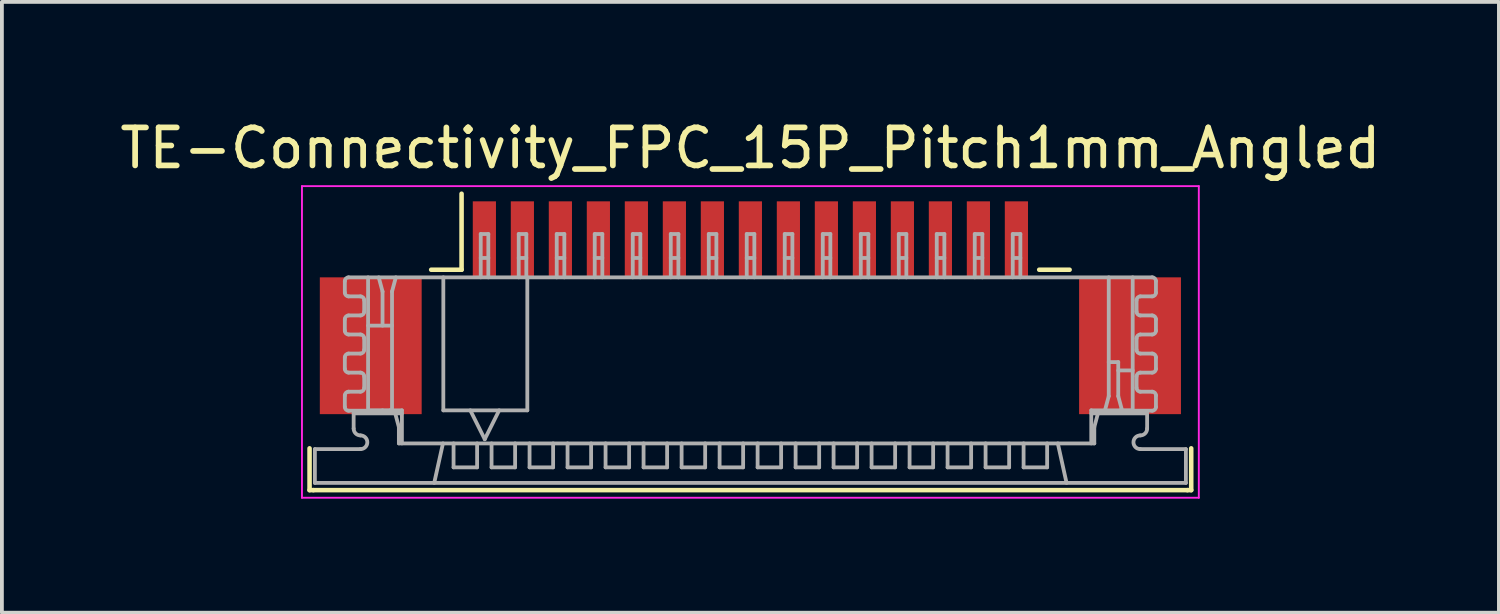
<source format=kicad_pcb>
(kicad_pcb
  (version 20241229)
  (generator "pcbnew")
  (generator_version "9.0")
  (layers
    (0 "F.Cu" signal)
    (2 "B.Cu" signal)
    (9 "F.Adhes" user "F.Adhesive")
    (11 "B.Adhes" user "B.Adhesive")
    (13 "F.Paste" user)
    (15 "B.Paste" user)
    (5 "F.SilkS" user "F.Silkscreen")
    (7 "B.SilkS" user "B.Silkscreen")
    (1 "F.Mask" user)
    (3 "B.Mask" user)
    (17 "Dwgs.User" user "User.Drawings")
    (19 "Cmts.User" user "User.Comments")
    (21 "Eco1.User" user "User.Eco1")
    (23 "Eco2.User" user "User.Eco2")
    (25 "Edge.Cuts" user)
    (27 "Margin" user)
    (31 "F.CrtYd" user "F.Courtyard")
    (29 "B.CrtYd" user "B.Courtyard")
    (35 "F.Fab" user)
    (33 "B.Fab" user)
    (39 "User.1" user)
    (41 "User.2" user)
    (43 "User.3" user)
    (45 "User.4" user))
  (footprint "TE-Connectivity_FPC_15P_Pitch1mm_Angled"
    (layer "F.Cu")
    (at 16.696 5.948)
    (property "Reference" "TE-Connectivity_FPC_15P_Pitch1mm_Angled" (at 0 -5.1 0) (layer "F.SilkS") (effects (font (size 1 1) (thickness 0.15))))
    (attr through_hole)
    (fp_line (start -11.6 3.9) (end -11.6 2.8) (stroke (width 0.12) (type solid)) (layer "F.SilkS"))
    (fp_line (start -11.5 3.9) (end -11.6 3.9) (stroke (width 0.12) (type solid)) (layer "F.SilkS"))
    (fp_line (start -8.4 -1.9) (end -7.6 -1.9) (stroke (width 0.12) (type solid)) (layer "F.SilkS"))
    (fp_line (start -7.6 -1.9) (end -7.6 -3.9) (stroke (width 0.12) (type solid)) (layer "F.SilkS"))
    (fp_line (start 8.4 -1.9) (end 7.6 -1.9) (stroke (width 0.12) (type solid)) (layer "F.SilkS"))
    (fp_line (start 11.5 3.9) (end -11.5 3.9) (stroke (width 0.12) (type solid)) (layer "F.SilkS"))
    (fp_line (start 11.5 3.9) (end 11.6 3.9) (stroke (width 0.12) (type solid)) (layer "F.SilkS"))
    (fp_line (start 11.6 3.9) (end 11.6 2.8) (stroke (width 0.12) (type solid)) (layer "F.SilkS"))
    (fp_line (start -11.8 -4.1) (end -11.8 4.1) (stroke (width 0.05) (type solid)) (layer "F.CrtYd"))
    (fp_line (start -11.8 4.1) (end 11.8 4.1) (stroke (width 0.05) (type solid)) (layer "F.CrtYd"))
    (fp_line (start 11.8 -4.1) (end -11.8 -4.1) (stroke (width 0.05) (type solid)) (layer "F.CrtYd"))
    (fp_line (start 11.8 4.1) (end 11.8 -4.1) (stroke (width 0.05) (type solid)) (layer "F.CrtYd"))
    (fp_line (start -11.46 3.71) (end -11.46 2.82) (stroke (width 0.1) (type solid)) (layer "F.Fab"))
    (fp_line (start -10.672 -1.6) (end -10.672 -1.299) (stroke (width 0.1) (type solid)) (layer "F.Fab"))
    (fp_line (start -10.672 -0.597) (end -10.672 -0.296) (stroke (width 0.1) (type solid)) (layer "F.Fab"))
    (fp_line (start -10.672 0.406) (end -10.672 0.707) (stroke (width 0.1) (type solid)) (layer "F.Fab"))
    (fp_line (start -10.672 1.409) (end -10.672 1.71) (stroke (width 0.1) (type solid)) (layer "F.Fab"))
    (fp_line (start -10.572 -1.7) (end 10.572 -1.7) (stroke (width 0.1) (type solid)) (layer "F.Fab"))
    (fp_line (start -10.572 -1.199) (end -10.262 -1.199) (stroke (width 0.1) (type solid)) (layer "F.Fab"))
    (fp_line (start -10.572 -0.196) (end -10.262 -0.196) (stroke (width 0.1) (type solid)) (layer "F.Fab"))
    (fp_line (start -10.572 0.807) (end -10.262 0.807) (stroke (width 0.1) (type solid)) (layer "F.Fab"))
    (fp_line (start -10.572 1.81) (end -9.482 1.81) (stroke (width 0.1) (type solid)) (layer "F.Fab"))
    (fp_line (start -10.44 1.88) (end -9.17 1.88) (stroke (width 0.1) (type solid)) (layer "F.Fab"))
    (fp_line (start -10.44 2.28) (end -10.44 1.88) (stroke (width 0.1) (type solid)) (layer "F.Fab"))
    (fp_line (start -10.262 -0.697) (end -10.572 -0.697) (stroke (width 0.1) (type solid)) (layer "F.Fab"))
    (fp_line (start -10.262 0.306) (end -10.572 0.306) (stroke (width 0.1) (type solid)) (layer "F.Fab"))
    (fp_line (start -10.262 1.309) (end -10.572 1.309) (stroke (width 0.1) (type solid)) (layer "F.Fab"))
    (fp_line (start -10.26 2.82) (end -11.46 2.82) (stroke (width 0.1) (type solid)) (layer "F.Fab"))
    (fp_line (start -10.162 -1.099) (end -10.162 -0.797) (stroke (width 0.1) (type solid)) (layer "F.Fab"))
    (fp_line (start -10.162 -0.096) (end -10.162 0.206) (stroke (width 0.1) (type solid)) (layer "F.Fab"))
    (fp_line (start -10.162 0.907) (end -10.162 1.209) (stroke (width 0.1) (type solid)) (layer "F.Fab"))
    (fp_line (start -10.06 -0.43) (end -9.43 -0.43) (stroke (width 0.1) (type solid)) (layer "F.Fab"))
    (fp_line (start -10.06 1.8) (end -10.06 -1.7) (stroke (width 0.1) (type solid)) (layer "F.Fab"))
    (fp_line (start -9.68 -1.327) (end -9.78 -1.7) (stroke (width 0.1) (type solid)) (layer "F.Fab"))
    (fp_line (start -9.68 -1.327) (end -9.68 -0.43) (stroke (width 0.1) (type solid)) (layer "F.Fab"))
    (fp_line (start -9.68 1.81) (end -9.68 1.8) (stroke (width 0.1) (type solid)) (layer "F.Fab"))
    (fp_line (start -9.482 1.8) (end -9.482 1.81) (stroke (width 0.1) (type solid)) (layer "F.Fab"))
    (fp_line (start -9.43 -1.327) (end -9.43 1.8) (stroke (width 0.1) (type solid)) (layer "F.Fab"))
    (fp_line (start -9.33 -1.7) (end -9.43 -1.327) (stroke (width 0.1) (type solid)) (layer "F.Fab"))
    (fp_line (start -9.25 2.24) (end -9.346 1.88) (stroke (width 0.1) (type solid)) (layer "F.Fab"))
    (fp_line (start -9.25 2.67) (end -9.25 2.24) (stroke (width 0.1) (type solid)) (layer "F.Fab"))
    (fp_line (start -9.25 2.67) (end 9.05 2.67) (stroke (width 0.1) (type solid)) (layer "F.Fab"))
    (fp_line (start -9.17 1.8) (end -10.06 1.8) (stroke (width 0.1) (type solid)) (layer "F.Fab"))
    (fp_line (start -9.17 1.8) (end -9.17 2.67) (stroke (width 0.1) (type solid)) (layer "F.Fab"))
    (fp_line (start -8.32 3.71) (end -8.09 2.67) (stroke (width 0.1) (type solid)) (layer "F.Fab"))
    (fp_line (start -8.08 1.8) (end -8.08 -1.7) (stroke (width 0.1) (type solid)) (layer "F.Fab"))
    (fp_line (start -8.08 1.8) (end -5.87 1.8) (stroke (width 0.1) (type solid)) (layer "F.Fab"))
    (fp_line (start -7.811 3.3) (end -7.811 2.67) (stroke (width 0.1) (type solid)) (layer "F.Fab"))
    (fp_line (start -7.191 2.67) (end -7.191 3.3) (stroke (width 0.1) (type solid)) (layer "F.Fab"))
    (fp_line (start -7.191 3.3) (end -7.811 3.3) (stroke (width 0.1) (type solid)) (layer "F.Fab"))
    (fp_line (start -7.096 -2.84) (end -7.096 -1.7) (stroke (width 0.1) (type solid)) (layer "F.Fab"))
    (fp_line (start -6.99 2.56) (end -7.37 1.8) (stroke (width 0.1) (type solid)) (layer "F.Fab"))
    (fp_line (start -6.896 -2.84) (end -7.096 -2.84) (stroke (width 0.1) (type solid)) (layer "F.Fab"))
    (fp_line (start -6.896 -2.21) (end -7.096 -2.21) (stroke (width 0.1) (type solid)) (layer "F.Fab"))
    (fp_line (start -6.896 -1.7) (end -6.896 -2.84) (stroke (width 0.1) (type solid)) (layer "F.Fab"))
    (fp_line (start -6.811 3.3) (end -6.811 2.67) (stroke (width 0.1) (type solid)) (layer "F.Fab"))
    (fp_line (start -6.611 1.8) (end -6.99 2.56) (stroke (width 0.1) (type solid)) (layer "F.Fab"))
    (fp_line (start -6.191 2.67) (end -6.191 3.3) (stroke (width 0.1) (type solid)) (layer "F.Fab"))
    (fp_line (start -6.191 3.3) (end -6.811 3.3) (stroke (width 0.1) (type solid)) (layer "F.Fab"))
    (fp_line (start -6.096 -2.84) (end -6.096 -1.7) (stroke (width 0.1) (type solid)) (layer "F.Fab"))
    (fp_line (start -5.896 -2.84) (end -6.096 -2.84) (stroke (width 0.1) (type solid)) (layer "F.Fab"))
    (fp_line (start -5.896 -2.21) (end -6.096 -2.21) (stroke (width 0.1) (type solid)) (layer "F.Fab"))
    (fp_line (start -5.896 -1.7) (end -5.896 -2.84) (stroke (width 0.1) (type solid)) (layer "F.Fab"))
    (fp_line (start -5.87 -1.7) (end -5.87 1.8) (stroke (width 0.1) (type solid)) (layer "F.Fab"))
    (fp_line (start -5.811 3.3) (end -5.811 2.67) (stroke (width 0.1) (type solid)) (layer "F.Fab"))
    (fp_line (start -5.191 2.67) (end -5.191 3.3) (stroke (width 0.1) (type solid)) (layer "F.Fab"))
    (fp_line (start -5.191 3.3) (end -5.811 3.3) (stroke (width 0.1) (type solid)) (layer "F.Fab"))
    (fp_line (start -5.096 -2.84) (end -5.096 -1.7) (stroke (width 0.1) (type solid)) (layer "F.Fab"))
    (fp_line (start -4.896 -2.84) (end -5.096 -2.84) (stroke (width 0.1) (type solid)) (layer "F.Fab"))
    (fp_line (start -4.896 -2.21) (end -5.096 -2.21) (stroke (width 0.1) (type solid)) (layer "F.Fab"))
    (fp_line (start -4.896 -1.7) (end -4.896 -2.84) (stroke (width 0.1) (type solid)) (layer "F.Fab"))
    (fp_line (start -4.811 3.3) (end -4.811 2.67) (stroke (width 0.1) (type solid)) (layer "F.Fab"))
    (fp_line (start -4.191 2.67) (end -4.191 3.3) (stroke (width 0.1) (type solid)) (layer "F.Fab"))
    (fp_line (start -4.191 3.3) (end -4.811 3.3) (stroke (width 0.1) (type solid)) (layer "F.Fab"))
    (fp_line (start -4.096 -2.84) (end -4.096 -1.7) (stroke (width 0.1) (type solid)) (layer "F.Fab"))
    (fp_line (start -3.896 -2.84) (end -4.096 -2.84) (stroke (width 0.1) (type solid)) (layer "F.Fab"))
    (fp_line (start -3.896 -2.21) (end -4.096 -2.21) (stroke (width 0.1) (type solid)) (layer "F.Fab"))
    (fp_line (start -3.896 -1.7) (end -3.896 -2.84) (stroke (width 0.1) (type solid)) (layer "F.Fab"))
    (fp_line (start -3.811 3.3) (end -3.811 2.67) (stroke (width 0.1) (type solid)) (layer "F.Fab"))
    (fp_line (start -3.191 2.67) (end -3.191 3.3) (stroke (width 0.1) (type solid)) (layer "F.Fab"))
    (fp_line (start -3.191 3.3) (end -3.811 3.3) (stroke (width 0.1) (type solid)) (layer "F.Fab"))
    (fp_line (start -3.095 -2.84) (end -3.095 -1.7) (stroke (width 0.1) (type solid)) (layer "F.Fab"))
    (fp_line (start -2.896 -2.84) (end -3.095 -2.84) (stroke (width 0.1) (type solid)) (layer "F.Fab"))
    (fp_line (start -2.896 -2.21) (end -3.095 -2.21) (stroke (width 0.1) (type solid)) (layer "F.Fab"))
    (fp_line (start -2.896 -1.7) (end -2.896 -2.84) (stroke (width 0.1) (type solid)) (layer "F.Fab"))
    (fp_line (start -2.811 3.3) (end -2.811 2.67) (stroke (width 0.1) (type solid)) (layer "F.Fab"))
    (fp_line (start -2.191 2.67) (end -2.191 3.3) (stroke (width 0.1) (type solid)) (layer "F.Fab"))
    (fp_line (start -2.191 3.3) (end -2.811 3.3) (stroke (width 0.1) (type solid)) (layer "F.Fab"))
    (fp_line (start -2.095 -2.84) (end -2.095 -1.7) (stroke (width 0.1) (type solid)) (layer "F.Fab"))
    (fp_line (start -1.895 -2.84) (end -2.095 -2.84) (stroke (width 0.1) (type solid)) (layer "F.Fab"))
    (fp_line (start -1.895 -2.21) (end -2.095 -2.21) (stroke (width 0.1) (type solid)) (layer "F.Fab"))
    (fp_line (start -1.895 -1.7) (end -1.895 -2.84) (stroke (width 0.1) (type solid)) (layer "F.Fab"))
    (fp_line (start -1.81 3.3) (end -1.81 2.67) (stroke (width 0.1) (type solid)) (layer "F.Fab"))
    (fp_line (start -1.19 2.67) (end -1.19 3.3) (stroke (width 0.1) (type solid)) (layer "F.Fab"))
    (fp_line (start -1.19 3.3) (end -1.81 3.3) (stroke (width 0.1) (type solid)) (layer "F.Fab"))
    (fp_line (start -1.095 -2.84) (end -1.095 -1.7) (stroke (width 0.1) (type solid)) (layer "F.Fab"))
    (fp_line (start -0.895 -2.84) (end -1.095 -2.84) (stroke (width 0.1) (type solid)) (layer "F.Fab"))
    (fp_line (start -0.895 -2.21) (end -1.095 -2.21) (stroke (width 0.1) (type solid)) (layer "F.Fab"))
    (fp_line (start -0.895 -1.7) (end -0.895 -2.84) (stroke (width 0.1) (type solid)) (layer "F.Fab"))
    (fp_line (start -0.81 3.3) (end -0.81 2.67) (stroke (width 0.1) (type solid)) (layer "F.Fab"))
    (fp_line (start -0.191 2.67) (end -0.191 3.3) (stroke (width 0.1) (type solid)) (layer "F.Fab"))
    (fp_line (start -0.191 3.3) (end -0.81 3.3) (stroke (width 0.1) (type solid)) (layer "F.Fab"))
    (fp_line (start -0.096 -2.84) (end -0.096 -1.7) (stroke (width 0.1) (type solid)) (layer "F.Fab"))
    (fp_line (start 0.104 -2.84) (end -0.096 -2.84) (stroke (width 0.1) (type solid)) (layer "F.Fab"))
    (fp_line (start 0.104 -2.21) (end -0.096 -2.21) (stroke (width 0.1) (type solid)) (layer "F.Fab"))
    (fp_line (start 0.104 -1.7) (end 0.104 -2.84) (stroke (width 0.1) (type solid)) (layer "F.Fab"))
    (fp_line (start 0.19 3.3) (end 0.19 2.67) (stroke (width 0.1) (type solid)) (layer "F.Fab"))
    (fp_line (start 0.809 2.67) (end 0.809 3.3) (stroke (width 0.1) (type solid)) (layer "F.Fab"))
    (fp_line (start 0.809 3.3) (end 0.19 3.3) (stroke (width 0.1) (type solid)) (layer "F.Fab"))
    (fp_line (start 0.904 -2.84) (end 0.904 -1.7) (stroke (width 0.1) (type solid)) (layer "F.Fab"))
    (fp_line (start 1.105 -2.84) (end 0.904 -2.84) (stroke (width 0.1) (type solid)) (layer "F.Fab"))
    (fp_line (start 1.105 -2.21) (end 0.904 -2.21) (stroke (width 0.1) (type solid)) (layer "F.Fab"))
    (fp_line (start 1.105 -1.7) (end 1.105 -2.84) (stroke (width 0.1) (type solid)) (layer "F.Fab"))
    (fp_line (start 1.19 3.3) (end 1.19 2.67) (stroke (width 0.1) (type solid)) (layer "F.Fab"))
    (fp_line (start 1.81 2.67) (end 1.81 3.3) (stroke (width 0.1) (type solid)) (layer "F.Fab"))
    (fp_line (start 1.81 3.3) (end 1.19 3.3) (stroke (width 0.1) (type solid)) (layer "F.Fab"))
    (fp_line (start 1.905 -2.84) (end 1.905 -1.7) (stroke (width 0.1) (type solid)) (layer "F.Fab"))
    (fp_line (start 2.104 -2.84) (end 1.905 -2.84) (stroke (width 0.1) (type solid)) (layer "F.Fab"))
    (fp_line (start 2.104 -2.21) (end 1.905 -2.21) (stroke (width 0.1) (type solid)) (layer "F.Fab"))
    (fp_line (start 2.104 -1.7) (end 2.104 -2.84) (stroke (width 0.1) (type solid)) (layer "F.Fab"))
    (fp_line (start 2.189 3.3) (end 2.189 2.67) (stroke (width 0.1) (type solid)) (layer "F.Fab"))
    (fp_line (start 2.809 2.67) (end 2.809 3.3) (stroke (width 0.1) (type solid)) (layer "F.Fab"))
    (fp_line (start 2.809 3.3) (end 2.189 3.3) (stroke (width 0.1) (type solid)) (layer "F.Fab"))
    (fp_line (start 2.905 -2.84) (end 2.905 -1.7) (stroke (width 0.1) (type solid)) (layer "F.Fab"))
    (fp_line (start 3.104 -2.84) (end 2.905 -2.84) (stroke (width 0.1) (type solid)) (layer "F.Fab"))
    (fp_line (start 3.104 -2.21) (end 2.905 -2.21) (stroke (width 0.1) (type solid)) (layer "F.Fab"))
    (fp_line (start 3.104 -1.7) (end 3.104 -2.84) (stroke (width 0.1) (type solid)) (layer "F.Fab"))
    (fp_line (start 3.189 3.3) (end 3.189 2.67) (stroke (width 0.1) (type solid)) (layer "F.Fab"))
    (fp_line (start 3.809 2.67) (end 3.809 3.3) (stroke (width 0.1) (type solid)) (layer "F.Fab"))
    (fp_line (start 3.809 3.3) (end 3.189 3.3) (stroke (width 0.1) (type solid)) (layer "F.Fab"))
    (fp_line (start 3.905 -2.84) (end 3.905 -1.7) (stroke (width 0.1) (type solid)) (layer "F.Fab"))
    (fp_line (start 4.104 -2.84) (end 3.905 -2.84) (stroke (width 0.1) (type solid)) (layer "F.Fab"))
    (fp_line (start 4.104 -2.21) (end 3.905 -2.21) (stroke (width 0.1) (type solid)) (layer "F.Fab"))
    (fp_line (start 4.104 -1.7) (end 4.104 -2.84) (stroke (width 0.1) (type solid)) (layer "F.Fab"))
    (fp_line (start 4.189 3.3) (end 4.189 2.67) (stroke (width 0.1) (type solid)) (layer "F.Fab"))
    (fp_line (start 4.809 2.67) (end 4.809 3.3) (stroke (width 0.1) (type solid)) (layer "F.Fab"))
    (fp_line (start 4.809 3.3) (end 4.189 3.3) (stroke (width 0.1) (type solid)) (layer "F.Fab"))
    (fp_line (start 4.904 -2.84) (end 4.904 -1.7) (stroke (width 0.1) (type solid)) (layer "F.Fab"))
    (fp_line (start 5.104 -2.84) (end 4.904 -2.84) (stroke (width 0.1) (type solid)) (layer "F.Fab"))
    (fp_line (start 5.104 -2.21) (end 4.904 -2.21) (stroke (width 0.1) (type solid)) (layer "F.Fab"))
    (fp_line (start 5.104 -1.7) (end 5.104 -2.84) (stroke (width 0.1) (type solid)) (layer "F.Fab"))
    (fp_line (start 5.189 3.3) (end 5.189 2.67) (stroke (width 0.1) (type solid)) (layer "F.Fab"))
    (fp_line (start 5.809 2.67) (end 5.809 3.3) (stroke (width 0.1) (type solid)) (layer "F.Fab"))
    (fp_line (start 5.809 3.3) (end 5.189 3.3) (stroke (width 0.1) (type solid)) (layer "F.Fab"))
    (fp_line (start 5.904 -2.84) (end 5.904 -1.7) (stroke (width 0.1) (type solid)) (layer "F.Fab"))
    (fp_line (start 6.104 -2.84) (end 5.904 -2.84) (stroke (width 0.1) (type solid)) (layer "F.Fab"))
    (fp_line (start 6.104 -2.21) (end 5.904 -2.21) (stroke (width 0.1) (type solid)) (layer "F.Fab"))
    (fp_line (start 6.104 -1.7) (end 6.104 -2.84) (stroke (width 0.1) (type solid)) (layer "F.Fab"))
    (fp_line (start 6.189 3.3) (end 6.189 2.67) (stroke (width 0.1) (type solid)) (layer "F.Fab"))
    (fp_line (start 6.809 2.67) (end 6.809 3.3) (stroke (width 0.1) (type solid)) (layer "F.Fab"))
    (fp_line (start 6.809 3.3) (end 6.189 3.3) (stroke (width 0.1) (type solid)) (layer "F.Fab"))
    (fp_line (start 6.904 -2.84) (end 6.904 -1.7) (stroke (width 0.1) (type solid)) (layer "F.Fab"))
    (fp_line (start 7.104 -2.84) (end 6.904 -2.84) (stroke (width 0.1) (type solid)) (layer "F.Fab"))
    (fp_line (start 7.104 -2.21) (end 6.904 -2.21) (stroke (width 0.1) (type solid)) (layer "F.Fab"))
    (fp_line (start 7.104 -1.7) (end 7.104 -2.84) (stroke (width 0.1) (type solid)) (layer "F.Fab"))
    (fp_line (start 7.189 3.3) (end 7.189 2.67) (stroke (width 0.1) (type solid)) (layer "F.Fab"))
    (fp_line (start 7.809 2.67) (end 7.809 3.3) (stroke (width 0.1) (type solid)) (layer "F.Fab"))
    (fp_line (start 7.809 3.3) (end 7.189 3.3) (stroke (width 0.1) (type solid)) (layer "F.Fab"))
    (fp_line (start 8.09 2.67) (end 8.32 3.71) (stroke (width 0.1) (type solid)) (layer "F.Fab"))
    (fp_line (start 8.97 1.88) (end 10.44 1.88) (stroke (width 0.1) (type solid)) (layer "F.Fab"))
    (fp_line (start 8.97 2.67) (end 8.97 1.8) (stroke (width 0.1) (type solid)) (layer "F.Fab"))
    (fp_line (start 9.05 2.24) (end 9.05 2.67) (stroke (width 0.1) (type solid)) (layer "F.Fab"))
    (fp_line (start 9.146 1.88) (end 9.05 2.24) (stroke (width 0.1) (type solid)) (layer "F.Fab"))
    (fp_line (start 9.33 1.8) (end 9.43 1.427) (stroke (width 0.1) (type solid)) (layer "F.Fab"))
    (fp_line (start 9.43 0.53) (end 9.68 0.53) (stroke (width 0.1) (type solid)) (layer "F.Fab"))
    (fp_line (start 9.43 1.427) (end 9.43 -1.7) (stroke (width 0.1) (type solid)) (layer "F.Fab"))
    (fp_line (start 9.68 0.53) (end 9.68 1.427) (stroke (width 0.1) (type solid)) (layer "F.Fab"))
    (fp_line (start 9.68 0.75) (end 10.06 0.75) (stroke (width 0.1) (type solid)) (layer "F.Fab"))
    (fp_line (start 9.729 1.8) (end 9.732 1.81) (stroke (width 0.1) (type solid)) (layer "F.Fab"))
    (fp_line (start 9.732 1.81) (end 10.572 1.81) (stroke (width 0.1) (type solid)) (layer "F.Fab"))
    (fp_line (start 9.78 1.8) (end 9.68 1.427) (stroke (width 0.1) (type solid)) (layer "F.Fab"))
    (fp_line (start 10.06 -1.7) (end 10.06 1.8) (stroke (width 0.1) (type solid)) (layer "F.Fab"))
    (fp_line (start 10.06 1.8) (end 8.97 1.8) (stroke (width 0.1) (type solid)) (layer "F.Fab"))
    (fp_line (start 10.162 -0.797) (end 10.162 -1.099) (stroke (width 0.1) (type solid)) (layer "F.Fab"))
    (fp_line (start 10.162 0.206) (end 10.162 -0.096) (stroke (width 0.1) (type solid)) (layer "F.Fab"))
    (fp_line (start 10.162 1.209) (end 10.162 0.907) (stroke (width 0.1) (type solid)) (layer "F.Fab"))
    (fp_line (start 10.26 2.82) (end 11.46 2.82) (stroke (width 0.1) (type solid)) (layer "F.Fab"))
    (fp_line (start 10.262 -1.199) (end 10.572 -1.199) (stroke (width 0.1) (type solid)) (layer "F.Fab"))
    (fp_line (start 10.262 -0.196) (end 10.572 -0.196) (stroke (width 0.1) (type solid)) (layer "F.Fab"))
    (fp_line (start 10.262 0.807) (end 10.572 0.807) (stroke (width 0.1) (type solid)) (layer "F.Fab"))
    (fp_line (start 10.44 1.88) (end 10.44 2.28) (stroke (width 0.1) (type solid)) (layer "F.Fab"))
    (fp_line (start 10.572 -0.697) (end 10.262 -0.697) (stroke (width 0.1) (type solid)) (layer "F.Fab"))
    (fp_line (start 10.572 0.306) (end 10.262 0.306) (stroke (width 0.1) (type solid)) (layer "F.Fab"))
    (fp_line (start 10.572 1.309) (end 10.262 1.309) (stroke (width 0.1) (type solid)) (layer "F.Fab"))
    (fp_line (start 10.672 -1.299) (end 10.672 -1.6) (stroke (width 0.1) (type solid)) (layer "F.Fab"))
    (fp_line (start 10.672 -0.296) (end 10.672 -0.597) (stroke (width 0.1) (type solid)) (layer "F.Fab"))
    (fp_line (start 10.672 0.707) (end 10.672 0.406) (stroke (width 0.1) (type solid)) (layer "F.Fab"))
    (fp_line (start 10.672 1.71) (end 10.672 1.409) (stroke (width 0.1) (type solid)) (layer "F.Fab"))
    (fp_line (start 11.46 3.71) (end -11.46 3.71) (stroke (width 0.1) (type solid)) (layer "F.Fab"))
    (fp_line (start 11.46 3.71) (end 11.46 2.82) (stroke (width 0.1) (type solid)) (layer "F.Fab"))
    (fp_arc (start -10.672 -1.6) (mid -10.642711 -1.670711) (end -10.572 -1.7) (stroke (width 0.1) (type solid)) (layer "F.Fab"))
    (fp_arc (start -10.672 -0.597143) (mid -10.642711 -0.667854) (end -10.572 -0.697143) (stroke (width 0.1) (type solid)) (layer "F.Fab"))
    (fp_arc (start -10.672 0.405714) (mid -10.642711 0.335003) (end -10.572 0.305714) (stroke (width 0.1) (type solid)) (layer "F.Fab"))
    (fp_arc (start -10.672 1.408571) (mid -10.642711 1.33786) (end -10.572 1.308571) (stroke (width 0.1) (type solid)) (layer "F.Fab"))
    (fp_arc (start -10.572 -1.198571) (mid -10.642711 -1.22786) (end -10.672 -1.298571) (stroke (width 0.1) (type solid)) (layer "F.Fab"))
    (fp_arc (start -10.572 -0.195714) (mid -10.642711 -0.225003) (end -10.672 -0.295714) (stroke (width 0.1) (type solid)) (layer "F.Fab"))
    (fp_arc (start -10.572 0.807143) (mid -10.642711 0.777854) (end -10.672 0.707143) (stroke (width 0.1) (type solid)) (layer "F.Fab"))
    (fp_arc (start -10.572 1.81) (mid -10.642711 1.780711) (end -10.672 1.71) (stroke (width 0.1) (type solid)) (layer "F.Fab"))
    (fp_arc (start -10.262 -1.198571) (mid -10.191289 -1.169282) (end -10.162 -1.098571) (stroke (width 0.1) (type solid)) (layer "F.Fab"))
    (fp_arc (start -10.262 -0.195714) (mid -10.191289 -0.166425) (end -10.162 -0.095714) (stroke (width 0.1) (type solid)) (layer "F.Fab"))
    (fp_arc (start -10.262 0.807143) (mid -10.191289 0.836432) (end -10.162 0.907143) (stroke (width 0.1) (type solid)) (layer "F.Fab"))
    (fp_arc (start -10.26 2.46) (mid -10.387279 2.407279) (end -10.44 2.28) (stroke (width 0.1) (type solid)) (layer "F.Fab"))
    (fp_arc (start -10.26 2.46) (mid -10.08 2.64) (end -10.26 2.82) (stroke (width 0.1) (type solid)) (layer "F.Fab"))
    (fp_arc (start -10.162 -0.797143) (mid -10.191289 -0.726432) (end -10.262 -0.697143) (stroke (width 0.1) (type solid)) (layer "F.Fab"))
    (fp_arc (start -10.162 0.205714) (mid -10.191289 0.276425) (end -10.262 0.305714) (stroke (width 0.1) (type solid)) (layer "F.Fab"))
    (fp_arc (start -10.162 1.208571) (mid -10.191289 1.279282) (end -10.262 1.308571) (stroke (width 0.1) (type solid)) (layer "F.Fab"))
    (fp_arc (start 10.162 -1.098571) (mid 10.191289 -1.169282) (end 10.262 -1.198571) (stroke (width 0.1) (type solid)) (layer "F.Fab"))
    (fp_arc (start 10.162 -0.095714) (mid 10.191289 -0.166425) (end 10.262 -0.195714) (stroke (width 0.1) (type solid)) (layer "F.Fab"))
    (fp_arc (start 10.162 0.907143) (mid 10.191289 0.836432) (end 10.262 0.807143) (stroke (width 0.1) (type solid)) (layer "F.Fab"))
    (fp_arc (start 10.26 2.82) (mid 10.08 2.64) (end 10.26 2.46) (stroke (width 0.1) (type solid)) (layer "F.Fab"))
    (fp_arc (start 10.262 -0.697143) (mid 10.191289 -0.726432) (end 10.162 -0.797143) (stroke (width 0.1) (type solid)) (layer "F.Fab"))
    (fp_arc (start 10.262 0.305714) (mid 10.191289 0.276425) (end 10.162 0.205714) (stroke (width 0.1) (type solid)) (layer "F.Fab"))
    (fp_arc (start 10.262 1.308571) (mid 10.191289 1.279282) (end 10.162 1.208571) (stroke (width 0.1) (type solid)) (layer "F.Fab"))
    (fp_arc (start 10.44 2.28) (mid 10.387279 2.407279) (end 10.26 2.46) (stroke (width 0.1) (type solid)) (layer "F.Fab"))
    (fp_arc (start 10.572 -1.7) (mid 10.642711 -1.670711) (end 10.672 -1.6) (stroke (width 0.1) (type solid)) (layer "F.Fab"))
    (fp_arc (start 10.572 -0.697143) (mid 10.642711 -0.667854) (end 10.672 -0.597143) (stroke (width 0.1) (type solid)) (layer "F.Fab"))
    (fp_arc (start 10.572 0.305714) (mid 10.642711 0.335003) (end 10.672 0.405714) (stroke (width 0.1) (type solid)) (layer "F.Fab"))
    (fp_arc (start 10.572 1.308571) (mid 10.642711 1.33786) (end 10.672 1.408571) (stroke (width 0.1) (type solid)) (layer "F.Fab"))
    (fp_arc (start 10.672 -1.298571) (mid 10.642711 -1.22786) (end 10.572 -1.198571) (stroke (width 0.1) (type solid)) (layer "F.Fab"))
    (fp_arc (start 10.672 -0.295714) (mid 10.642711 -0.225003) (end 10.572 -0.195714) (stroke (width 0.1) (type solid)) (layer "F.Fab"))
    (fp_arc (start 10.672 0.707143) (mid 10.642711 0.777854) (end 10.572 0.807143) (stroke (width 0.1) (type solid)) (layer "F.Fab"))
    (fp_arc (start 10.672 1.71) (mid 10.642711 1.780711) (end 10.572 1.81) (stroke (width 0.1) (type solid)) (layer "F.Fab"))
    (pad "1" smd rect (at -7 -2.7) (size 0.61 2) (layers "F.Cu" "F.Mask" "F.Paste"))
    (pad "2" smd rect (at -6 -2.7) (size 0.61 2) (layers "F.Cu" "F.Mask" "F.Paste"))
    (pad "3" smd rect (at -5 -2.7) (size 0.61 2) (layers "F.Cu" "F.Mask" "F.Paste"))
    (pad "4" smd rect (at -4 -2.7) (size 0.61 2) (layers "F.Cu" "F.Mask" "F.Paste"))
    (pad "5" smd rect (at -3 -2.7) (size 0.61 2) (layers "F.Cu" "F.Mask" "F.Paste"))
    (pad "6" smd rect (at -2 -2.7) (size 0.61 2) (layers "F.Cu" "F.Mask" "F.Paste"))
    (pad "7" smd rect (at -1 -2.7) (size 0.61 2) (layers "F.Cu" "F.Mask" "F.Paste"))
    (pad "8" smd rect (at 0 -2.7) (size 0.61 2) (layers "F.Cu" "F.Mask" "F.Paste"))
    (pad "9" smd rect (at 1 -2.7) (size 0.61 2) (layers "F.Cu" "F.Mask" "F.Paste"))
    (pad "10" smd rect (at 2 -2.7) (size 0.61 2) (layers "F.Cu" "F.Mask" "F.Paste"))
    (pad "11" smd rect (at 3 -2.7) (size 0.61 2) (layers "F.Cu" "F.Mask" "F.Paste"))
    (pad "12" smd rect (at 4 -2.7) (size 0.61 2) (layers "F.Cu" "F.Mask" "F.Paste"))
    (pad "13" smd rect (at 5 -2.7) (size 0.61 2) (layers "F.Cu" "F.Mask" "F.Paste"))
    (pad "14" smd rect (at 6 -2.7) (size 0.61 2) (layers "F.Cu" "F.Mask" "F.Paste"))
    (pad "15" smd rect (at 7 -2.7) (size 0.61 2) (layers "F.Cu" "F.Mask" "F.Paste"))
    (pad "16" smd rect (at -9.99 0.1) (size 2.68 3.6) (layers "F.Cu" "F.Mask" "F.Paste"))
    (pad "16" smd rect (at 9.99 0.1) (size 2.68 3.6) (layers "F.Cu" "F.Mask" "F.Paste")))
  (gr_rect
    (start -3 -3)
    (end 36.393 13.073)
    (stroke (width 0.1) (type default))
    (fill no)
    (layer "Edge.Cuts")))
</source>
